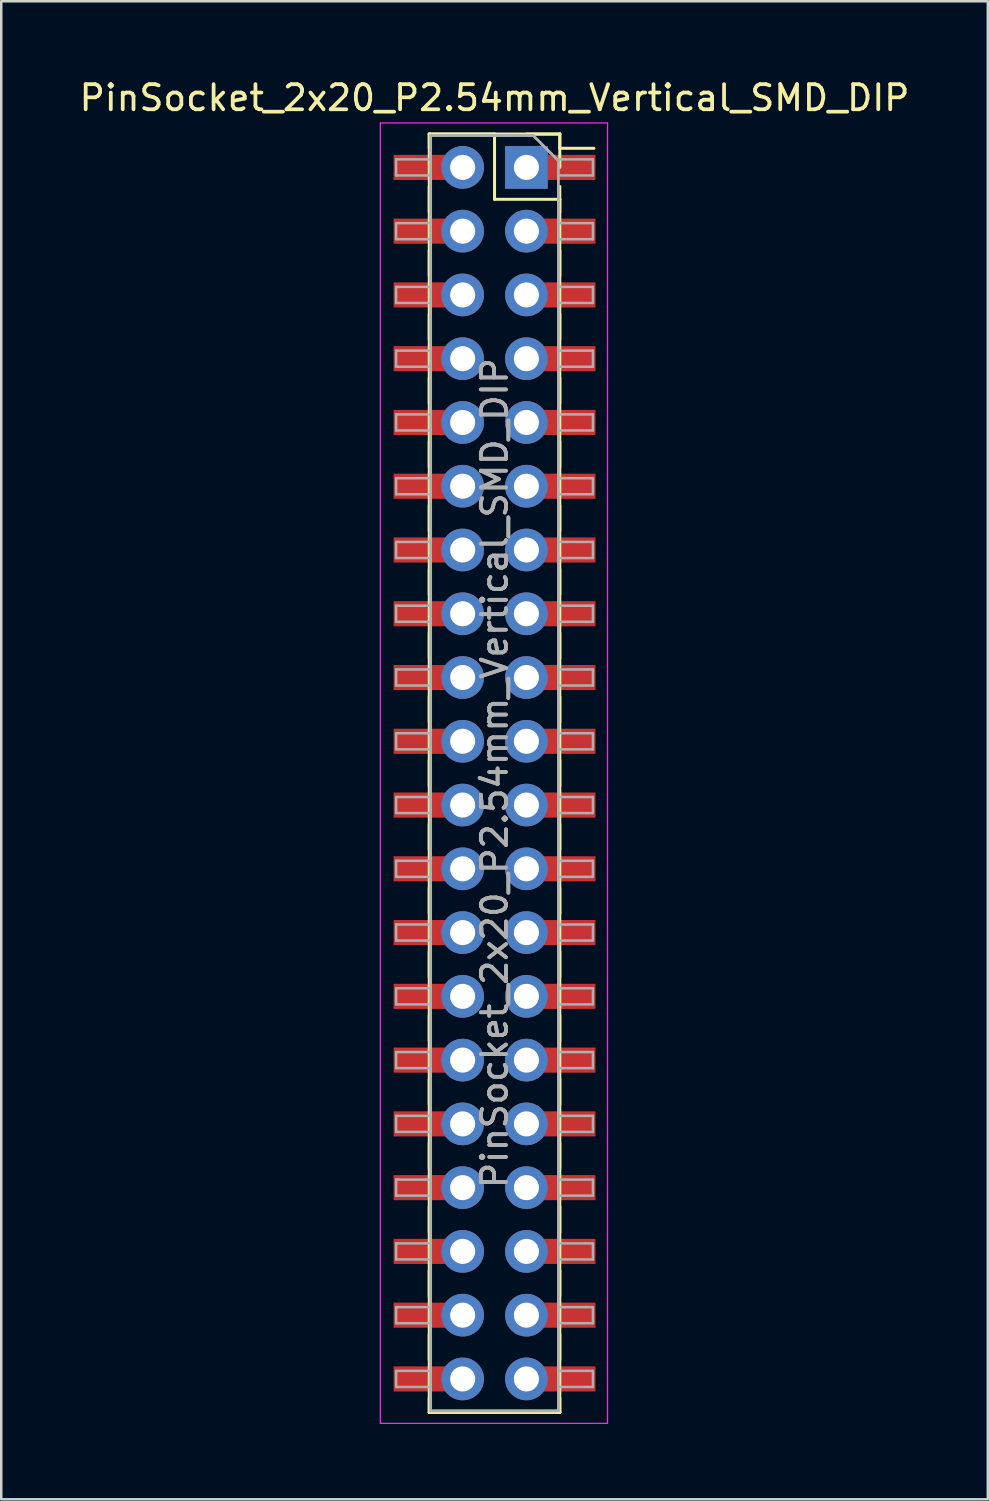
<source format=kicad_pcb>
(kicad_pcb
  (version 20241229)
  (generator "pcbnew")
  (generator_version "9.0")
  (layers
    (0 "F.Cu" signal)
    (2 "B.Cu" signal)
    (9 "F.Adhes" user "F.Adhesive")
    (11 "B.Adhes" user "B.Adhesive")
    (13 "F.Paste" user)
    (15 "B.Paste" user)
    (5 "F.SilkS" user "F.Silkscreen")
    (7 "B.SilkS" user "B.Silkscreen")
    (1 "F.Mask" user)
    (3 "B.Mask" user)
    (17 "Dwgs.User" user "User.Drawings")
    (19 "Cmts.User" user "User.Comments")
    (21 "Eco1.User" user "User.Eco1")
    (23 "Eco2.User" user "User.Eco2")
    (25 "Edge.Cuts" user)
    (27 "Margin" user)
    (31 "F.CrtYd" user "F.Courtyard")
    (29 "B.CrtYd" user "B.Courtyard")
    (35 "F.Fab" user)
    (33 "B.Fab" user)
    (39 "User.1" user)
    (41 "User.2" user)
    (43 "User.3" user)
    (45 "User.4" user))
  (footprint "PinSocket_2x20_P2.54mm_Vertical_SMD_DIP"
    (layer "F.Cu")
    (at 16.649 27.748)
    (property "Reference" "PinSocket_2x20_P2.54mm_Vertical_SMD_DIP" (at 0 -26.9 0) (layer "F.SilkS") (effects (font (size 1 1) (thickness 0.15))))
    (attr smd)
    (fp_line (start -2.6 -25.46) (end -2.6 -24.89) (stroke (width 0.12) (type solid)) (layer "F.SilkS"))
    (fp_line (start -2.6 -25.46) (end -2.6 25.46) (stroke (width 0.12) (type solid)) (layer "F.SilkS"))
    (fp_line (start -2.6 -25.46) (end 0 -25.46) (stroke (width 0.12) (type solid)) (layer "F.SilkS"))
    (fp_line (start -2.6 -25.46) (end 2.6 -25.46) (stroke (width 0.12) (type solid)) (layer "F.SilkS"))
    (fp_line (start -2.6 -23.37) (end -2.6 -22.35) (stroke (width 0.12) (type solid)) (layer "F.SilkS"))
    (fp_line (start -2.6 -20.83) (end -2.6 -19.81) (stroke (width 0.12) (type solid)) (layer "F.SilkS"))
    (fp_line (start -2.6 -18.29) (end -2.6 -17.27) (stroke (width 0.12) (type solid)) (layer "F.SilkS"))
    (fp_line (start -2.6 -15.75) (end -2.6 -14.73) (stroke (width 0.12) (type solid)) (layer "F.SilkS"))
    (fp_line (start -2.6 -13.21) (end -2.6 -12.19) (stroke (width 0.12) (type solid)) (layer "F.SilkS"))
    (fp_line (start -2.6 -10.67) (end -2.6 -9.65) (stroke (width 0.12) (type solid)) (layer "F.SilkS"))
    (fp_line (start -2.6 -8.13) (end -2.6 -7.11) (stroke (width 0.12) (type solid)) (layer "F.SilkS"))
    (fp_line (start -2.6 -5.59) (end -2.6 -4.57) (stroke (width 0.12) (type solid)) (layer "F.SilkS"))
    (fp_line (start -2.6 -3.05) (end -2.6 -2.03) (stroke (width 0.12) (type solid)) (layer "F.SilkS"))
    (fp_line (start -2.6 -0.51) (end -2.6 0.51) (stroke (width 0.12) (type solid)) (layer "F.SilkS"))
    (fp_line (start -2.6 2.03) (end -2.6 3.05) (stroke (width 0.12) (type solid)) (layer "F.SilkS"))
    (fp_line (start -2.6 4.57) (end -2.6 5.59) (stroke (width 0.12) (type solid)) (layer "F.SilkS"))
    (fp_line (start -2.6 7.11) (end -2.6 8.13) (stroke (width 0.12) (type solid)) (layer "F.SilkS"))
    (fp_line (start -2.6 9.65) (end -2.6 10.67) (stroke (width 0.12) (type solid)) (layer "F.SilkS"))
    (fp_line (start -2.6 12.19) (end -2.6 13.21) (stroke (width 0.12) (type solid)) (layer "F.SilkS"))
    (fp_line (start -2.6 14.73) (end -2.6 15.75) (stroke (width 0.12) (type solid)) (layer "F.SilkS"))
    (fp_line (start -2.6 17.27) (end -2.6 18.29) (stroke (width 0.12) (type solid)) (layer "F.SilkS"))
    (fp_line (start -2.6 19.81) (end -2.6 20.83) (stroke (width 0.12) (type solid)) (layer "F.SilkS"))
    (fp_line (start -2.6 22.35) (end -2.6 23.37) (stroke (width 0.12) (type solid)) (layer "F.SilkS"))
    (fp_line (start -2.6 24.89) (end -2.6 25.46) (stroke (width 0.12) (type solid)) (layer "F.SilkS"))
    (fp_line (start -2.6 25.46) (end 2.6 25.46) (stroke (width 0.12) (type solid)) (layer "F.SilkS"))
    (fp_line (start -2.6 25.46) (end 2.6 25.46) (stroke (width 0.12) (type solid)) (layer "F.SilkS"))
    (fp_line (start 0 -25.46) (end 0 -22.86) (stroke (width 0.12) (type solid)) (layer "F.SilkS"))
    (fp_line (start 0 -22.86) (end 2.6 -22.86) (stroke (width 0.12) (type solid)) (layer "F.SilkS"))
    (fp_line (start 1.27 -25.46) (end 2.6 -25.46) (stroke (width 0.12) (type solid)) (layer "F.SilkS"))
    (fp_line (start 2.6 -25.46) (end 2.6 -24.89) (stroke (width 0.12) (type solid)) (layer "F.SilkS"))
    (fp_line (start 2.6 -25.46) (end 2.6 -24.13) (stroke (width 0.12) (type solid)) (layer "F.SilkS"))
    (fp_line (start 2.6 -24.89) (end 3.96 -24.89) (stroke (width 0.12) (type solid)) (layer "F.SilkS"))
    (fp_line (start 2.6 -23.37) (end 2.6 -22.35) (stroke (width 0.12) (type solid)) (layer "F.SilkS"))
    (fp_line (start 2.6 -22.86) (end 2.6 25.46) (stroke (width 0.12) (type solid)) (layer "F.SilkS"))
    (fp_line (start 2.6 -20.83) (end 2.6 -19.81) (stroke (width 0.12) (type solid)) (layer "F.SilkS"))
    (fp_line (start 2.6 -18.29) (end 2.6 -17.27) (stroke (width 0.12) (type solid)) (layer "F.SilkS"))
    (fp_line (start 2.6 -15.75) (end 2.6 -14.73) (stroke (width 0.12) (type solid)) (layer "F.SilkS"))
    (fp_line (start 2.6 -13.21) (end 2.6 -12.19) (stroke (width 0.12) (type solid)) (layer "F.SilkS"))
    (fp_line (start 2.6 -10.67) (end 2.6 -9.65) (stroke (width 0.12) (type solid)) (layer "F.SilkS"))
    (fp_line (start 2.6 -8.13) (end 2.6 -7.11) (stroke (width 0.12) (type solid)) (layer "F.SilkS"))
    (fp_line (start 2.6 -5.59) (end 2.6 -4.57) (stroke (width 0.12) (type solid)) (layer "F.SilkS"))
    (fp_line (start 2.6 -3.05) (end 2.6 -2.03) (stroke (width 0.12) (type solid)) (layer "F.SilkS"))
    (fp_line (start 2.6 -0.51) (end 2.6 0.51) (stroke (width 0.12) (type solid)) (layer "F.SilkS"))
    (fp_line (start 2.6 2.03) (end 2.6 3.05) (stroke (width 0.12) (type solid)) (layer "F.SilkS"))
    (fp_line (start 2.6 4.57) (end 2.6 5.59) (stroke (width 0.12) (type solid)) (layer "F.SilkS"))
    (fp_line (start 2.6 7.11) (end 2.6 8.13) (stroke (width 0.12) (type solid)) (layer "F.SilkS"))
    (fp_line (start 2.6 9.65) (end 2.6 10.67) (stroke (width 0.12) (type solid)) (layer "F.SilkS"))
    (fp_line (start 2.6 12.19) (end 2.6 13.21) (stroke (width 0.12) (type solid)) (layer "F.SilkS"))
    (fp_line (start 2.6 14.73) (end 2.6 15.75) (stroke (width 0.12) (type solid)) (layer "F.SilkS"))
    (fp_line (start 2.6 17.27) (end 2.6 18.29) (stroke (width 0.12) (type solid)) (layer "F.SilkS"))
    (fp_line (start 2.6 19.81) (end 2.6 20.83) (stroke (width 0.12) (type solid)) (layer "F.SilkS"))
    (fp_line (start 2.6 22.35) (end 2.6 23.37) (stroke (width 0.12) (type solid)) (layer "F.SilkS"))
    (fp_line (start 2.6 24.89) (end 2.6 25.46) (stroke (width 0.12) (type solid)) (layer "F.SilkS"))
    (fp_line (start -4.55 -25.9) (end 4.5 -25.9) (stroke (width 0.05) (type solid)) (layer "F.CrtYd"))
    (fp_line (start -4.55 25.9) (end -4.55 -25.9) (stroke (width 0.05) (type solid)) (layer "F.CrtYd"))
    (fp_line (start 4.5 -25.9) (end 4.5 25.9) (stroke (width 0.05) (type solid)) (layer "F.CrtYd"))
    (fp_line (start 4.5 25.9) (end -4.55 25.9) (stroke (width 0.05) (type solid)) (layer "F.CrtYd"))
    (fp_line (start -3.92 -24.45) (end -2.54 -24.45) (stroke (width 0.1) (type solid)) (layer "F.Fab"))
    (fp_line (start -3.92 -23.81) (end -3.92 -24.45) (stroke (width 0.1) (type solid)) (layer "F.Fab"))
    (fp_line (start -3.92 -21.91) (end -2.54 -21.91) (stroke (width 0.1) (type solid)) (layer "F.Fab"))
    (fp_line (start -3.92 -21.27) (end -3.92 -21.91) (stroke (width 0.1) (type solid)) (layer "F.Fab"))
    (fp_line (start -3.92 -19.37) (end -2.54 -19.37) (stroke (width 0.1) (type solid)) (layer "F.Fab"))
    (fp_line (start -3.92 -18.73) (end -3.92 -19.37) (stroke (width 0.1) (type solid)) (layer "F.Fab"))
    (fp_line (start -3.92 -16.83) (end -2.54 -16.83) (stroke (width 0.1) (type solid)) (layer "F.Fab"))
    (fp_line (start -3.92 -16.19) (end -3.92 -16.83) (stroke (width 0.1) (type solid)) (layer "F.Fab"))
    (fp_line (start -3.92 -14.29) (end -2.54 -14.29) (stroke (width 0.1) (type solid)) (layer "F.Fab"))
    (fp_line (start -3.92 -13.65) (end -3.92 -14.29) (stroke (width 0.1) (type solid)) (layer "F.Fab"))
    (fp_line (start -3.92 -11.75) (end -2.54 -11.75) (stroke (width 0.1) (type solid)) (layer "F.Fab"))
    (fp_line (start -3.92 -11.11) (end -3.92 -11.75) (stroke (width 0.1) (type solid)) (layer "F.Fab"))
    (fp_line (start -3.92 -9.21) (end -2.54 -9.21) (stroke (width 0.1) (type solid)) (layer "F.Fab"))
    (fp_line (start -3.92 -8.57) (end -3.92 -9.21) (stroke (width 0.1) (type solid)) (layer "F.Fab"))
    (fp_line (start -3.92 -6.67) (end -2.54 -6.67) (stroke (width 0.1) (type solid)) (layer "F.Fab"))
    (fp_line (start -3.92 -6.03) (end -3.92 -6.67) (stroke (width 0.1) (type solid)) (layer "F.Fab"))
    (fp_line (start -3.92 -4.13) (end -2.54 -4.13) (stroke (width 0.1) (type solid)) (layer "F.Fab"))
    (fp_line (start -3.92 -3.49) (end -3.92 -4.13) (stroke (width 0.1) (type solid)) (layer "F.Fab"))
    (fp_line (start -3.92 -1.59) (end -2.54 -1.59) (stroke (width 0.1) (type solid)) (layer "F.Fab"))
    (fp_line (start -3.92 -0.95) (end -3.92 -1.59) (stroke (width 0.1) (type solid)) (layer "F.Fab"))
    (fp_line (start -3.92 0.95) (end -2.54 0.95) (stroke (width 0.1) (type solid)) (layer "F.Fab"))
    (fp_line (start -3.92 1.59) (end -3.92 0.95) (stroke (width 0.1) (type solid)) (layer "F.Fab"))
    (fp_line (start -3.92 3.49) (end -2.54 3.49) (stroke (width 0.1) (type solid)) (layer "F.Fab"))
    (fp_line (start -3.92 4.13) (end -3.92 3.49) (stroke (width 0.1) (type solid)) (layer "F.Fab"))
    (fp_line (start -3.92 6.03) (end -2.54 6.03) (stroke (width 0.1) (type solid)) (layer "F.Fab"))
    (fp_line (start -3.92 6.67) (end -3.92 6.03) (stroke (width 0.1) (type solid)) (layer "F.Fab"))
    (fp_line (start -3.92 8.57) (end -2.54 8.57) (stroke (width 0.1) (type solid)) (layer "F.Fab"))
    (fp_line (start -3.92 9.21) (end -3.92 8.57) (stroke (width 0.1) (type solid)) (layer "F.Fab"))
    (fp_line (start -3.92 11.11) (end -2.54 11.11) (stroke (width 0.1) (type solid)) (layer "F.Fab"))
    (fp_line (start -3.92 11.75) (end -3.92 11.11) (stroke (width 0.1) (type solid)) (layer "F.Fab"))
    (fp_line (start -3.92 13.65) (end -2.54 13.65) (stroke (width 0.1) (type solid)) (layer "F.Fab"))
    (fp_line (start -3.92 14.29) (end -3.92 13.65) (stroke (width 0.1) (type solid)) (layer "F.Fab"))
    (fp_line (start -3.92 16.19) (end -2.54 16.19) (stroke (width 0.1) (type solid)) (layer "F.Fab"))
    (fp_line (start -3.92 16.83) (end -3.92 16.19) (stroke (width 0.1) (type solid)) (layer "F.Fab"))
    (fp_line (start -3.92 18.73) (end -2.54 18.73) (stroke (width 0.1) (type solid)) (layer "F.Fab"))
    (fp_line (start -3.92 19.37) (end -3.92 18.73) (stroke (width 0.1) (type solid)) (layer "F.Fab"))
    (fp_line (start -3.92 21.27) (end -2.54 21.27) (stroke (width 0.1) (type solid)) (layer "F.Fab"))
    (fp_line (start -3.92 21.91) (end -3.92 21.27) (stroke (width 0.1) (type solid)) (layer "F.Fab"))
    (fp_line (start -3.92 23.81) (end -2.54 23.81) (stroke (width 0.1) (type solid)) (layer "F.Fab"))
    (fp_line (start -3.92 24.45) (end -3.92 23.81) (stroke (width 0.1) (type solid)) (layer "F.Fab"))
    (fp_line (start -2.54 -25.4) (end 1.54 -25.4) (stroke (width 0.1) (type solid)) (layer "F.Fab"))
    (fp_line (start -2.54 -25.4) (end 1.54 -25.4) (stroke (width 0.1) (type solid)) (layer "F.Fab"))
    (fp_line (start -2.54 -23.81) (end -3.92 -23.81) (stroke (width 0.1) (type solid)) (layer "F.Fab"))
    (fp_line (start -2.54 -21.27) (end -3.92 -21.27) (stroke (width 0.1) (type solid)) (layer "F.Fab"))
    (fp_line (start -2.54 -18.73) (end -3.92 -18.73) (stroke (width 0.1) (type solid)) (layer "F.Fab"))
    (fp_line (start -2.54 -16.19) (end -3.92 -16.19) (stroke (width 0.1) (type solid)) (layer "F.Fab"))
    (fp_line (start -2.54 -13.65) (end -3.92 -13.65) (stroke (width 0.1) (type solid)) (layer "F.Fab"))
    (fp_line (start -2.54 -11.11) (end -3.92 -11.11) (stroke (width 0.1) (type solid)) (layer "F.Fab"))
    (fp_line (start -2.54 -8.57) (end -3.92 -8.57) (stroke (width 0.1) (type solid)) (layer "F.Fab"))
    (fp_line (start -2.54 -6.03) (end -3.92 -6.03) (stroke (width 0.1) (type solid)) (layer "F.Fab"))
    (fp_line (start -2.54 -3.49) (end -3.92 -3.49) (stroke (width 0.1) (type solid)) (layer "F.Fab"))
    (fp_line (start -2.54 -0.95) (end -3.92 -0.95) (stroke (width 0.1) (type solid)) (layer "F.Fab"))
    (fp_line (start -2.54 1.59) (end -3.92 1.59) (stroke (width 0.1) (type solid)) (layer "F.Fab"))
    (fp_line (start -2.54 4.13) (end -3.92 4.13) (stroke (width 0.1) (type solid)) (layer "F.Fab"))
    (fp_line (start -2.54 6.67) (end -3.92 6.67) (stroke (width 0.1) (type solid)) (layer "F.Fab"))
    (fp_line (start -2.54 9.21) (end -3.92 9.21) (stroke (width 0.1) (type solid)) (layer "F.Fab"))
    (fp_line (start -2.54 11.75) (end -3.92 11.75) (stroke (width 0.1) (type solid)) (layer "F.Fab"))
    (fp_line (start -2.54 14.29) (end -3.92 14.29) (stroke (width 0.1) (type solid)) (layer "F.Fab"))
    (fp_line (start -2.54 16.83) (end -3.92 16.83) (stroke (width 0.1) (type solid)) (layer "F.Fab"))
    (fp_line (start -2.54 19.37) (end -3.92 19.37) (stroke (width 0.1) (type solid)) (layer "F.Fab"))
    (fp_line (start -2.54 21.91) (end -3.92 21.91) (stroke (width 0.1) (type solid)) (layer "F.Fab"))
    (fp_line (start -2.54 24.45) (end -3.92 24.45) (stroke (width 0.1) (type solid)) (layer "F.Fab"))
    (fp_line (start -2.54 25.4) (end -2.54 -25.4) (stroke (width 0.1) (type solid)) (layer "F.Fab"))
    (fp_line (start -2.54 25.4) (end -2.54 -25.4) (stroke (width 0.1) (type solid)) (layer "F.Fab"))
    (fp_line (start 1.54 -25.4) (end 2.54 -24.4) (stroke (width 0.1) (type solid)) (layer "F.Fab"))
    (fp_line (start 1.54 -25.4) (end 2.54 -24.4) (stroke (width 0.1) (type solid)) (layer "F.Fab"))
    (fp_line (start 2.54 -24.45) (end 3.92 -24.45) (stroke (width 0.1) (type solid)) (layer "F.Fab"))
    (fp_line (start 2.54 -24.4) (end 2.54 25.4) (stroke (width 0.1) (type solid)) (layer "F.Fab"))
    (fp_line (start 2.54 -24.4) (end 2.54 25.4) (stroke (width 0.1) (type solid)) (layer "F.Fab"))
    (fp_line (start 2.54 -21.91) (end 3.92 -21.91) (stroke (width 0.1) (type solid)) (layer "F.Fab"))
    (fp_line (start 2.54 -19.37) (end 3.92 -19.37) (stroke (width 0.1) (type solid)) (layer "F.Fab"))
    (fp_line (start 2.54 -16.83) (end 3.92 -16.83) (stroke (width 0.1) (type solid)) (layer "F.Fab"))
    (fp_line (start 2.54 -14.29) (end 3.92 -14.29) (stroke (width 0.1) (type solid)) (layer "F.Fab"))
    (fp_line (start 2.54 -11.75) (end 3.92 -11.75) (stroke (width 0.1) (type solid)) (layer "F.Fab"))
    (fp_line (start 2.54 -9.21) (end 3.92 -9.21) (stroke (width 0.1) (type solid)) (layer "F.Fab"))
    (fp_line (start 2.54 -6.67) (end 3.92 -6.67) (stroke (width 0.1) (type solid)) (layer "F.Fab"))
    (fp_line (start 2.54 -4.13) (end 3.92 -4.13) (stroke (width 0.1) (type solid)) (layer "F.Fab"))
    (fp_line (start 2.54 -1.59) (end 3.92 -1.59) (stroke (width 0.1) (type solid)) (layer "F.Fab"))
    (fp_line (start 2.54 0.95) (end 3.92 0.95) (stroke (width 0.1) (type solid)) (layer "F.Fab"))
    (fp_line (start 2.54 3.49) (end 3.92 3.49) (stroke (width 0.1) (type solid)) (layer "F.Fab"))
    (fp_line (start 2.54 6.03) (end 3.92 6.03) (stroke (width 0.1) (type solid)) (layer "F.Fab"))
    (fp_line (start 2.54 8.57) (end 3.92 8.57) (stroke (width 0.1) (type solid)) (layer "F.Fab"))
    (fp_line (start 2.54 11.11) (end 3.92 11.11) (stroke (width 0.1) (type solid)) (layer "F.Fab"))
    (fp_line (start 2.54 13.65) (end 3.92 13.65) (stroke (width 0.1) (type solid)) (layer "F.Fab"))
    (fp_line (start 2.54 16.19) (end 3.92 16.19) (stroke (width 0.1) (type solid)) (layer "F.Fab"))
    (fp_line (start 2.54 18.73) (end 3.92 18.73) (stroke (width 0.1) (type solid)) (layer "F.Fab"))
    (fp_line (start 2.54 21.27) (end 3.92 21.27) (stroke (width 0.1) (type solid)) (layer "F.Fab"))
    (fp_line (start 2.54 23.81) (end 3.92 23.81) (stroke (width 0.1) (type solid)) (layer "F.Fab"))
    (fp_line (start 2.54 25.4) (end -2.54 25.4) (stroke (width 0.1) (type solid)) (layer "F.Fab"))
    (fp_line (start 2.54 25.4) (end -2.54 25.4) (stroke (width 0.1) (type solid)) (layer "F.Fab"))
    (fp_line (start 3.92 -24.45) (end 3.92 -23.81) (stroke (width 0.1) (type solid)) (layer "F.Fab"))
    (fp_line (start 3.92 -23.81) (end 2.54 -23.81) (stroke (width 0.1) (type solid)) (layer "F.Fab"))
    (fp_line (start 3.92 -21.91) (end 3.92 -21.27) (stroke (width 0.1) (type solid)) (layer "F.Fab"))
    (fp_line (start 3.92 -21.27) (end 2.54 -21.27) (stroke (width 0.1) (type solid)) (layer "F.Fab"))
    (fp_line (start 3.92 -19.37) (end 3.92 -18.73) (stroke (width 0.1) (type solid)) (layer "F.Fab"))
    (fp_line (start 3.92 -18.73) (end 2.54 -18.73) (stroke (width 0.1) (type solid)) (layer "F.Fab"))
    (fp_line (start 3.92 -16.83) (end 3.92 -16.19) (stroke (width 0.1) (type solid)) (layer "F.Fab"))
    (fp_line (start 3.92 -16.19) (end 2.54 -16.19) (stroke (width 0.1) (type solid)) (layer "F.Fab"))
    (fp_line (start 3.92 -14.29) (end 3.92 -13.65) (stroke (width 0.1) (type solid)) (layer "F.Fab"))
    (fp_line (start 3.92 -13.65) (end 2.54 -13.65) (stroke (width 0.1) (type solid)) (layer "F.Fab"))
    (fp_line (start 3.92 -11.75) (end 3.92 -11.11) (stroke (width 0.1) (type solid)) (layer "F.Fab"))
    (fp_line (start 3.92 -11.11) (end 2.54 -11.11) (stroke (width 0.1) (type solid)) (layer "F.Fab"))
    (fp_line (start 3.92 -9.21) (end 3.92 -8.57) (stroke (width 0.1) (type solid)) (layer "F.Fab"))
    (fp_line (start 3.92 -8.57) (end 2.54 -8.57) (stroke (width 0.1) (type solid)) (layer "F.Fab"))
    (fp_line (start 3.92 -6.67) (end 3.92 -6.03) (stroke (width 0.1) (type solid)) (layer "F.Fab"))
    (fp_line (start 3.92 -6.03) (end 2.54 -6.03) (stroke (width 0.1) (type solid)) (layer "F.Fab"))
    (fp_line (start 3.92 -4.13) (end 3.92 -3.49) (stroke (width 0.1) (type solid)) (layer "F.Fab"))
    (fp_line (start 3.92 -3.49) (end 2.54 -3.49) (stroke (width 0.1) (type solid)) (layer "F.Fab"))
    (fp_line (start 3.92 -1.59) (end 3.92 -0.95) (stroke (width 0.1) (type solid)) (layer "F.Fab"))
    (fp_line (start 3.92 -0.95) (end 2.54 -0.95) (stroke (width 0.1) (type solid)) (layer "F.Fab"))
    (fp_line (start 3.92 0.95) (end 3.92 1.59) (stroke (width 0.1) (type solid)) (layer "F.Fab"))
    (fp_line (start 3.92 1.59) (end 2.54 1.59) (stroke (width 0.1) (type solid)) (layer "F.Fab"))
    (fp_line (start 3.92 3.49) (end 3.92 4.13) (stroke (width 0.1) (type solid)) (layer "F.Fab"))
    (fp_line (start 3.92 4.13) (end 2.54 4.13) (stroke (width 0.1) (type solid)) (layer "F.Fab"))
    (fp_line (start 3.92 6.03) (end 3.92 6.67) (stroke (width 0.1) (type solid)) (layer "F.Fab"))
    (fp_line (start 3.92 6.67) (end 2.54 6.67) (stroke (width 0.1) (type solid)) (layer "F.Fab"))
    (fp_line (start 3.92 8.57) (end 3.92 9.21) (stroke (width 0.1) (type solid)) (layer "F.Fab"))
    (fp_line (start 3.92 9.21) (end 2.54 9.21) (stroke (width 0.1) (type solid)) (layer "F.Fab"))
    (fp_line (start 3.92 11.11) (end 3.92 11.75) (stroke (width 0.1) (type solid)) (layer "F.Fab"))
    (fp_line (start 3.92 11.75) (end 2.54 11.75) (stroke (width 0.1) (type solid)) (layer "F.Fab"))
    (fp_line (start 3.92 13.65) (end 3.92 14.29) (stroke (width 0.1) (type solid)) (layer "F.Fab"))
    (fp_line (start 3.92 14.29) (end 2.54 14.29) (stroke (width 0.1) (type solid)) (layer "F.Fab"))
    (fp_line (start 3.92 16.19) (end 3.92 16.83) (stroke (width 0.1) (type solid)) (layer "F.Fab"))
    (fp_line (start 3.92 16.83) (end 2.54 16.83) (stroke (width 0.1) (type solid)) (layer "F.Fab"))
    (fp_line (start 3.92 18.73) (end 3.92 19.37) (stroke (width 0.1) (type solid)) (layer "F.Fab"))
    (fp_line (start 3.92 19.37) (end 2.54 19.37) (stroke (width 0.1) (type solid)) (layer "F.Fab"))
    (fp_line (start 3.92 21.27) (end 3.92 21.91) (stroke (width 0.1) (type solid)) (layer "F.Fab"))
    (fp_line (start 3.92 21.91) (end 2.54 21.91) (stroke (width 0.1) (type solid)) (layer "F.Fab"))
    (fp_line (start 3.92 23.81) (end 3.92 24.45) (stroke (width 0.1) (type solid)) (layer "F.Fab"))
    (fp_line (start 3.92 24.45) (end 2.54 24.45) (stroke (width 0.1) (type solid)) (layer "F.Fab"))
    (fp_text user "${REFERENCE}" (at 0 0 90) (layer "F.Fab") (effects (font (size 1 1) (thickness 0.15))))
    (fp_text user "${REFERENCE}" (at 0 0 90) (layer "F.Fab") (effects (font (size 1 1) (thickness 0.15))))
    (pad "1" thru_hole rect (at 1.27 -24.13) (size 1.7 1.7) (drill 1) (layers "*.Cu" "*.Mask"))
    (pad "1" smd rect (at 2.52 -24.13) (size 3 1) (layers "F.Cu" "F.Mask" "F.Paste"))
    (pad "2" smd rect (at -2.52 -24.13) (size 3 1) (layers "F.Cu" "F.Mask" "F.Paste"))
    (pad "2" thru_hole oval (at -1.27 -24.13) (size 1.7 1.7) (drill 1) (layers "*.Cu" "*.Mask"))
    (pad "3" thru_hole oval (at 1.27 -21.59) (size 1.7 1.7) (drill 1) (layers "*.Cu" "*.Mask"))
    (pad "3" smd rect (at 2.52 -21.59) (size 3 1) (layers "F.Cu" "F.Mask" "F.Paste"))
    (pad "4" smd rect (at -2.52 -21.59) (size 3 1) (layers "F.Cu" "F.Mask" "F.Paste"))
    (pad "4" thru_hole oval (at -1.27 -21.59) (size 1.7 1.7) (drill 1) (layers "*.Cu" "*.Mask"))
    (pad "5" thru_hole oval (at 1.27 -19.05) (size 1.7 1.7) (drill 1) (layers "*.Cu" "*.Mask"))
    (pad "5" smd rect (at 2.52 -19.05) (size 3 1) (layers "F.Cu" "F.Mask" "F.Paste"))
    (pad "6" smd rect (at -2.52 -19.05) (size 3 1) (layers "F.Cu" "F.Mask" "F.Paste"))
    (pad "6" thru_hole oval (at -1.27 -19.05) (size 1.7 1.7) (drill 1) (layers "*.Cu" "*.Mask"))
    (pad "7" thru_hole oval (at 1.27 -16.51) (size 1.7 1.7) (drill 1) (layers "*.Cu" "*.Mask"))
    (pad "7" smd rect (at 2.52 -16.51) (size 3 1) (layers "F.Cu" "F.Mask" "F.Paste"))
    (pad "8" smd rect (at -2.52 -16.51) (size 3 1) (layers "F.Cu" "F.Mask" "F.Paste"))
    (pad "8" thru_hole oval (at -1.27 -16.51) (size 1.7 1.7) (drill 1) (layers "*.Cu" "*.Mask"))
    (pad "9" thru_hole oval (at 1.27 -13.97) (size 1.7 1.7) (drill 1) (layers "*.Cu" "*.Mask"))
    (pad "9" smd rect (at 2.52 -13.97) (size 3 1) (layers "F.Cu" "F.Mask" "F.Paste"))
    (pad "10" smd rect (at -2.52 -13.97) (size 3 1) (layers "F.Cu" "F.Mask" "F.Paste"))
    (pad "10" thru_hole oval (at -1.27 -13.97) (size 1.7 1.7) (drill 1) (layers "*.Cu" "*.Mask"))
    (pad "11" thru_hole oval (at 1.27 -11.43) (size 1.7 1.7) (drill 1) (layers "*.Cu" "*.Mask"))
    (pad "11" smd rect (at 2.52 -11.43) (size 3 1) (layers "F.Cu" "F.Mask" "F.Paste"))
    (pad "12" smd rect (at -2.52 -11.43) (size 3 1) (layers "F.Cu" "F.Mask" "F.Paste"))
    (pad "12" thru_hole oval (at -1.27 -11.43) (size 1.7 1.7) (drill 1) (layers "*.Cu" "*.Mask"))
    (pad "13" thru_hole oval (at 1.27 -8.89) (size 1.7 1.7) (drill 1) (layers "*.Cu" "*.Mask"))
    (pad "13" smd rect (at 2.52 -8.89) (size 3 1) (layers "F.Cu" "F.Mask" "F.Paste"))
    (pad "14" smd rect (at -2.52 -8.89) (size 3 1) (layers "F.Cu" "F.Mask" "F.Paste"))
    (pad "14" thru_hole oval (at -1.27 -8.89) (size 1.7 1.7) (drill 1) (layers "*.Cu" "*.Mask"))
    (pad "15" thru_hole oval (at 1.27 -6.35) (size 1.7 1.7) (drill 1) (layers "*.Cu" "*.Mask"))
    (pad "15" smd rect (at 2.52 -6.35) (size 3 1) (layers "F.Cu" "F.Mask" "F.Paste"))
    (pad "16" smd rect (at -2.52 -6.35) (size 3 1) (layers "F.Cu" "F.Mask" "F.Paste"))
    (pad "16" thru_hole oval (at -1.27 -6.35) (size 1.7 1.7) (drill 1) (layers "*.Cu" "*.Mask"))
    (pad "17" thru_hole oval (at 1.27 -3.81) (size 1.7 1.7) (drill 1) (layers "*.Cu" "*.Mask"))
    (pad "17" smd rect (at 2.52 -3.81) (size 3 1) (layers "F.Cu" "F.Mask" "F.Paste"))
    (pad "18" smd rect (at -2.52 -3.81) (size 3 1) (layers "F.Cu" "F.Mask" "F.Paste"))
    (pad "18" thru_hole oval (at -1.27 -3.81) (size 1.7 1.7) (drill 1) (layers "*.Cu" "*.Mask"))
    (pad "19" thru_hole oval (at 1.27 -1.27) (size 1.7 1.7) (drill 1) (layers "*.Cu" "*.Mask"))
    (pad "19" smd rect (at 2.52 -1.27) (size 3 1) (layers "F.Cu" "F.Mask" "F.Paste"))
    (pad "20" smd rect (at -2.52 -1.27) (size 3 1) (layers "F.Cu" "F.Mask" "F.Paste"))
    (pad "20" thru_hole oval (at -1.27 -1.27) (size 1.7 1.7) (drill 1) (layers "*.Cu" "*.Mask"))
    (pad "21" thru_hole oval (at 1.27 1.27) (size 1.7 1.7) (drill 1) (layers "*.Cu" "*.Mask"))
    (pad "21" smd rect (at 2.52 1.27) (size 3 1) (layers "F.Cu" "F.Mask" "F.Paste"))
    (pad "22" smd rect (at -2.52 1.27) (size 3 1) (layers "F.Cu" "F.Mask" "F.Paste"))
    (pad "22" thru_hole oval (at -1.27 1.27) (size 1.7 1.7) (drill 1) (layers "*.Cu" "*.Mask"))
    (pad "23" thru_hole oval (at 1.27 3.81) (size 1.7 1.7) (drill 1) (layers "*.Cu" "*.Mask"))
    (pad "23" smd rect (at 2.52 3.81) (size 3 1) (layers "F.Cu" "F.Mask" "F.Paste"))
    (pad "24" smd rect (at -2.52 3.81) (size 3 1) (layers "F.Cu" "F.Mask" "F.Paste"))
    (pad "24" thru_hole oval (at -1.27 3.81) (size 1.7 1.7) (drill 1) (layers "*.Cu" "*.Mask"))
    (pad "25" thru_hole oval (at 1.27 6.35) (size 1.7 1.7) (drill 1) (layers "*.Cu" "*.Mask"))
    (pad "25" smd rect (at 2.52 6.35) (size 3 1) (layers "F.Cu" "F.Mask" "F.Paste"))
    (pad "26" smd rect (at -2.52 6.35) (size 3 1) (layers "F.Cu" "F.Mask" "F.Paste"))
    (pad "26" thru_hole oval (at -1.27 6.35) (size 1.7 1.7) (drill 1) (layers "*.Cu" "*.Mask"))
    (pad "27" thru_hole oval (at 1.27 8.89) (size 1.7 1.7) (drill 1) (layers "*.Cu" "*.Mask"))
    (pad "27" smd rect (at 2.52 8.89) (size 3 1) (layers "F.Cu" "F.Mask" "F.Paste"))
    (pad "28" smd rect (at -2.52 8.89) (size 3 1) (layers "F.Cu" "F.Mask" "F.Paste"))
    (pad "28" thru_hole oval (at -1.27 8.89) (size 1.7 1.7) (drill 1) (layers "*.Cu" "*.Mask"))
    (pad "29" thru_hole oval (at 1.27 11.43) (size 1.7 1.7) (drill 1) (layers "*.Cu" "*.Mask"))
    (pad "29" smd rect (at 2.52 11.43) (size 3 1) (layers "F.Cu" "F.Mask" "F.Paste"))
    (pad "30" smd rect (at -2.52 11.43) (size 3 1) (layers "F.Cu" "F.Mask" "F.Paste"))
    (pad "30" thru_hole oval (at -1.27 11.43) (size 1.7 1.7) (drill 1) (layers "*.Cu" "*.Mask"))
    (pad "31" thru_hole oval (at 1.27 13.97) (size 1.7 1.7) (drill 1) (layers "*.Cu" "*.Mask"))
    (pad "31" smd rect (at 2.52 13.97) (size 3 1) (layers "F.Cu" "F.Mask" "F.Paste"))
    (pad "32" smd rect (at -2.52 13.97) (size 3 1) (layers "F.Cu" "F.Mask" "F.Paste"))
    (pad "32" thru_hole oval (at -1.27 13.97) (size 1.7 1.7) (drill 1) (layers "*.Cu" "*.Mask"))
    (pad "33" thru_hole oval (at 1.27 16.51) (size 1.7 1.7) (drill 1) (layers "*.Cu" "*.Mask"))
    (pad "33" smd rect (at 2.52 16.51) (size 3 1) (layers "F.Cu" "F.Mask" "F.Paste"))
    (pad "34" smd rect (at -2.52 16.51) (size 3 1) (layers "F.Cu" "F.Mask" "F.Paste"))
    (pad "34" thru_hole oval (at -1.27 16.51) (size 1.7 1.7) (drill 1) (layers "*.Cu" "*.Mask"))
    (pad "35" thru_hole oval (at 1.27 19.05) (size 1.7 1.7) (drill 1) (layers "*.Cu" "*.Mask"))
    (pad "35" smd rect (at 2.52 19.05) (size 3 1) (layers "F.Cu" "F.Mask" "F.Paste"))
    (pad "36" smd rect (at -2.52 19.05) (size 3 1) (layers "F.Cu" "F.Mask" "F.Paste"))
    (pad "36" thru_hole oval (at -1.27 19.05) (size 1.7 1.7) (drill 1) (layers "*.Cu" "*.Mask"))
    (pad "37" thru_hole oval (at 1.27 21.59) (size 1.7 1.7) (drill 1) (layers "*.Cu" "*.Mask"))
    (pad "37" smd rect (at 2.52 21.59) (size 3 1) (layers "F.Cu" "F.Mask" "F.Paste"))
    (pad "38" smd rect (at -2.52 21.59) (size 3 1) (layers "F.Cu" "F.Mask" "F.Paste"))
    (pad "38" thru_hole oval (at -1.27 21.59) (size 1.7 1.7) (drill 1) (layers "*.Cu" "*.Mask"))
    (pad "39" thru_hole oval (at 1.27 24.13) (size 1.7 1.7) (drill 1) (layers "*.Cu" "*.Mask"))
    (pad "39" smd rect (at 2.52 24.13) (size 3 1) (layers "F.Cu" "F.Mask" "F.Paste"))
    (pad "40" smd rect (at -2.52 24.13) (size 3 1) (layers "F.Cu" "F.Mask" "F.Paste"))
    (pad "40" thru_hole oval (at -1.27 24.13) (size 1.7 1.7) (drill 1) (layers "*.Cu" "*.Mask")))
  (gr_rect
    (start -3 -3)
    (end 36.298 56.673)
    (stroke (width 0.1) (type default))
    (fill no)
    (layer "Edge.Cuts")))
</source>
